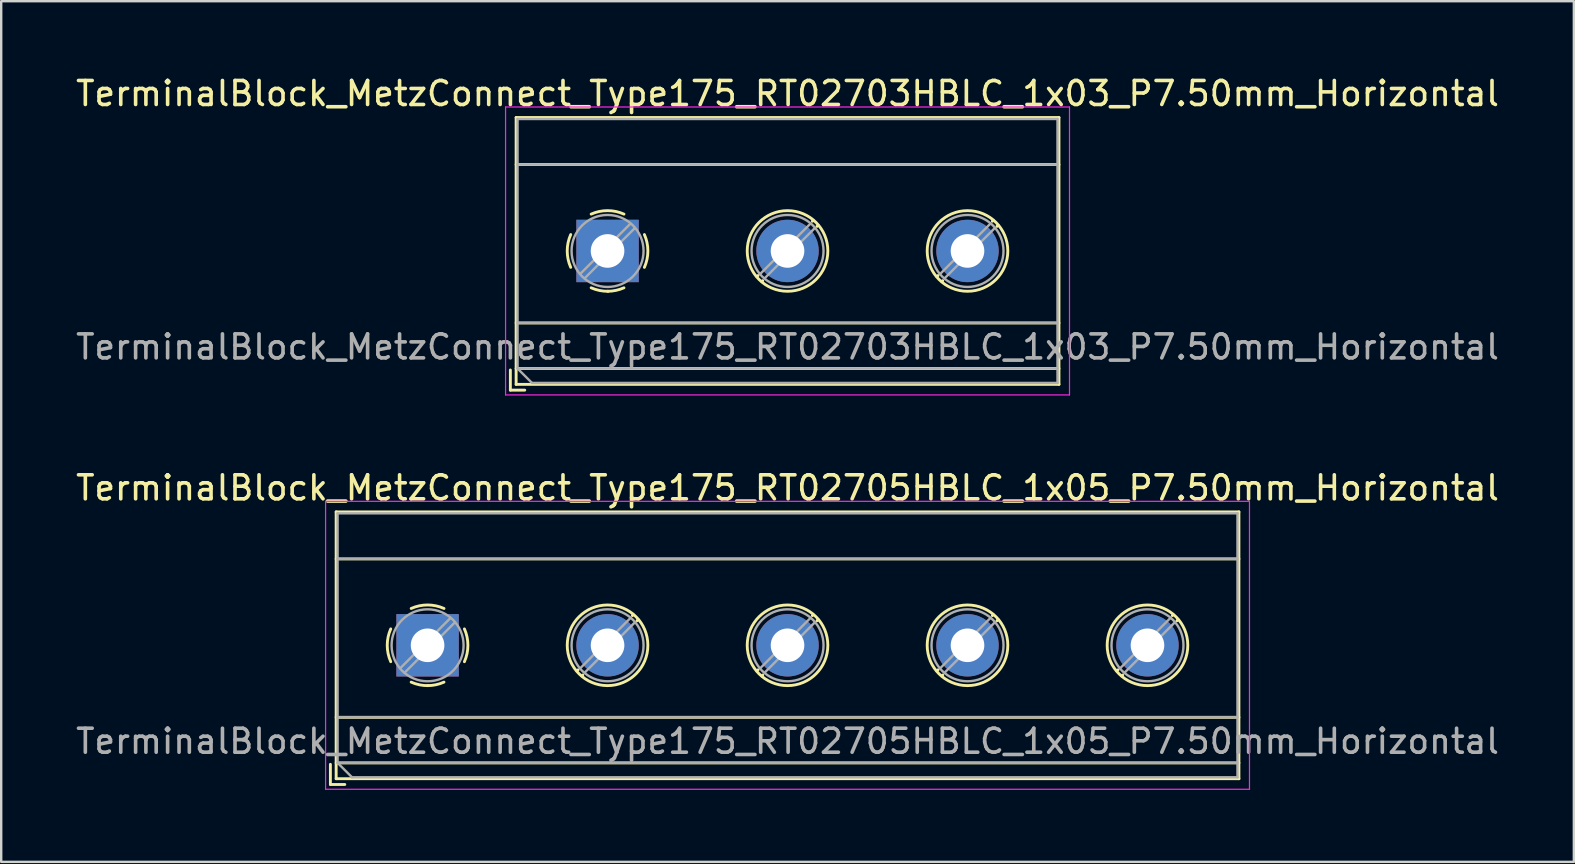
<source format=kicad_pcb>
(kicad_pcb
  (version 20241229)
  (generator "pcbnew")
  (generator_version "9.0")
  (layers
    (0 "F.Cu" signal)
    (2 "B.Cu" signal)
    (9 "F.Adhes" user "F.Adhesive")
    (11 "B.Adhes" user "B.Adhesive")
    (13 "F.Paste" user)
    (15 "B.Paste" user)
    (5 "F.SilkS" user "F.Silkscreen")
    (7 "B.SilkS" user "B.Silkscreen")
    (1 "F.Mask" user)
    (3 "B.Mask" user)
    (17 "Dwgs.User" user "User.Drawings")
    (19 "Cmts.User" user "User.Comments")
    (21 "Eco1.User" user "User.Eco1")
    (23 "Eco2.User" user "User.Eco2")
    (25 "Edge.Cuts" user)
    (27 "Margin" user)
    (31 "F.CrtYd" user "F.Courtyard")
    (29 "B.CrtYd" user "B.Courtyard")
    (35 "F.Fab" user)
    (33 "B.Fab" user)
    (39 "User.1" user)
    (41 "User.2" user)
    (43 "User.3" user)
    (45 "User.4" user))
  (footprint "TerminalBlock_MetzConnect_Type175_RT02703HBLC_1x03_P7.50mm_Horizontal"
    (layer "F.Cu")
    (at 22.268 7.408)
    (property "Reference" "TerminalBlock_MetzConnect_Type175_RT02703HBLC_1x03_P7.50mm_Horizontal" (at 7.5 -6.56 0) (layer "F.SilkS") (effects (font (size 1 1) (thickness 0.15))))
    (attr through_hole)
    (fp_line (start -4.05 4.96) (end -4.05 5.8) (stroke (width 0.12) (type solid)) (layer "F.SilkS"))
    (fp_line (start -4.05 5.8) (end -3.45 5.8) (stroke (width 0.12) (type solid)) (layer "F.SilkS"))
    (fp_line (start -3.81 -5.56) (end -3.81 5.56) (stroke (width 0.12) (type solid)) (layer "F.SilkS"))
    (fp_line (start -3.81 -5.56) (end 18.811 -5.56) (stroke (width 0.12) (type solid)) (layer "F.SilkS"))
    (fp_line (start -3.81 -3.6) (end 18.811 -3.6) (stroke (width 0.12) (type solid)) (layer "F.SilkS"))
    (fp_line (start -3.81 3) (end 18.811 3) (stroke (width 0.12) (type solid)) (layer "F.SilkS"))
    (fp_line (start -3.81 4.9) (end 18.811 4.9) (stroke (width 0.12) (type solid)) (layer "F.SilkS"))
    (fp_line (start -3.81 5.56) (end 18.811 5.56) (stroke (width 0.12) (type solid)) (layer "F.SilkS"))
    (fp_line (start 6.273 1.023) (end 6.226 1.069) (stroke (width 0.12) (type solid)) (layer "F.SilkS"))
    (fp_line (start 6.466 1.239) (end 6.431 1.274) (stroke (width 0.12) (type solid)) (layer "F.SilkS"))
    (fp_line (start 8.57 -1.275) (end 8.535 -1.239) (stroke (width 0.12) (type solid)) (layer "F.SilkS"))
    (fp_line (start 8.775 -1.069) (end 8.728 -1.023) (stroke (width 0.12) (type solid)) (layer "F.SilkS"))
    (fp_line (start 13.773 1.023) (end 13.726 1.069) (stroke (width 0.12) (type solid)) (layer "F.SilkS"))
    (fp_line (start 13.966 1.239) (end 13.931 1.274) (stroke (width 0.12) (type solid)) (layer "F.SilkS"))
    (fp_line (start 16.07 -1.275) (end 16.035 -1.239) (stroke (width 0.12) (type solid)) (layer "F.SilkS"))
    (fp_line (start 16.275 -1.069) (end 16.228 -1.023) (stroke (width 0.12) (type solid)) (layer "F.SilkS"))
    (fp_line (start 18.811 -5.56) (end 18.811 5.56) (stroke (width 0.12) (type solid)) (layer "F.SilkS"))
    (fp_arc (start -1.535427 0.683042) (mid -1.680501 -0.000524) (end -1.535 -0.684) (stroke (width 0.12) (type solid)) (layer "F.SilkS"))
    (fp_arc (start -0.683042 -1.535427) (mid 0.000524 -1.680501) (end 0.684 -1.535) (stroke (width 0.12) (type solid)) (layer "F.SilkS"))
    (fp_arc (start 0.028805 1.680253) (mid -0.335551 1.646659) (end -0.684 1.535) (stroke (width 0.12) (type solid)) (layer "F.SilkS"))
    (fp_arc (start 0.683318 1.534756) (mid 0.349292 1.643288) (end 0 1.68) (stroke (width 0.12) (type solid)) (layer "F.SilkS"))
    (fp_arc (start 1.535427 -0.683042) (mid 1.680501 0.000524) (end 1.535 0.684) (stroke (width 0.12) (type solid)) (layer "F.SilkS"))
    (fp_circle (center 7.5 0) (end 9.18 0) (stroke (width 0.12) (type solid)) (fill no) (layer "F.SilkS"))
    (fp_circle (center 15 0) (end 16.68 0) (stroke (width 0.12) (type solid)) (fill no) (layer "F.SilkS"))
    (fp_line (start -4.25 -6) (end -4.25 6) (stroke (width 0.05) (type solid)) (layer "F.CrtYd"))
    (fp_line (start -4.25 6) (end 19.25 6) (stroke (width 0.05) (type solid)) (layer "F.CrtYd"))
    (fp_line (start 19.25 -6) (end -4.25 -6) (stroke (width 0.05) (type solid)) (layer "F.CrtYd"))
    (fp_line (start 19.25 6) (end 19.25 -6) (stroke (width 0.05) (type solid)) (layer "F.CrtYd"))
    (fp_line (start -3.75 -5.5) (end 18.75 -5.5) (stroke (width 0.1) (type solid)) (layer "F.Fab"))
    (fp_line (start -3.75 -3.6) (end 18.75 -3.6) (stroke (width 0.1) (type solid)) (layer "F.Fab"))
    (fp_line (start -3.75 3) (end 18.75 3) (stroke (width 0.1) (type solid)) (layer "F.Fab"))
    (fp_line (start -3.75 4.9) (end -3.75 -5.5) (stroke (width 0.1) (type solid)) (layer "F.Fab"))
    (fp_line (start -3.75 4.9) (end 18.75 4.9) (stroke (width 0.1) (type solid)) (layer "F.Fab"))
    (fp_line (start -3.15 5.5) (end -3.75 4.9) (stroke (width 0.1) (type solid)) (layer "F.Fab"))
    (fp_line (start 0.955 -1.138) (end -1.138 0.955) (stroke (width 0.1) (type solid)) (layer "F.Fab"))
    (fp_line (start 1.138 -0.955) (end -0.955 1.138) (stroke (width 0.1) (type solid)) (layer "F.Fab"))
    (fp_line (start 8.455 -1.138) (end 6.363 0.955) (stroke (width 0.1) (type solid)) (layer "F.Fab"))
    (fp_line (start 8.638 -0.955) (end 6.546 1.138) (stroke (width 0.1) (type solid)) (layer "F.Fab"))
    (fp_line (start 15.955 -1.138) (end 13.863 0.955) (stroke (width 0.1) (type solid)) (layer "F.Fab"))
    (fp_line (start 16.138 -0.955) (end 14.046 1.138) (stroke (width 0.1) (type solid)) (layer "F.Fab"))
    (fp_line (start 18.75 -5.5) (end 18.75 5.5) (stroke (width 0.1) (type solid)) (layer "F.Fab"))
    (fp_line (start 18.75 5.5) (end -3.15 5.5) (stroke (width 0.1) (type solid)) (layer "F.Fab"))
    (fp_circle (center 0 0) (end 1.5 0) (stroke (width 0.1) (type solid)) (fill no) (layer "F.Fab"))
    (fp_circle (center 7.5 0) (end 9 0) (stroke (width 0.1) (type solid)) (fill no) (layer "F.Fab"))
    (fp_circle (center 15 0) (end 16.5 0) (stroke (width 0.1) (type solid)) (fill no) (layer "F.Fab"))
    (fp_text user "${REFERENCE}" (at 7.5 4 0) (layer "F.Fab") (effects (font (size 1 1) (thickness 0.15))))
    (pad "1" thru_hole rect (at 0 0) (size 2.6 2.6) (drill 1.4) (layers "*.Cu" "*.Mask"))
    (pad "2" thru_hole circle (at 7.5 0) (size 2.6 2.6) (drill 1.4) (layers "*.Cu" "*.Mask"))
    (pad "3" thru_hole circle (at 15 0) (size 2.6 2.6) (drill 1.4) (layers "*.Cu" "*.Mask")))
  (footprint "TerminalBlock_MetzConnect_Type175_RT02705HBLC_1x05_P7.50mm_Horizontal"
    (layer "F.Cu")
    (at 14.768 23.841)
    (property "Reference" "TerminalBlock_MetzConnect_Type175_RT02705HBLC_1x05_P7.50mm_Horizontal" (at 15 -6.56 0) (layer "F.SilkS") (effects (font (size 1 1) (thickness 0.15))))
    (attr through_hole)
    (fp_line (start -4.05 4.96) (end -4.05 5.8) (stroke (width 0.12) (type solid)) (layer "F.SilkS"))
    (fp_line (start -4.05 5.8) (end -3.45 5.8) (stroke (width 0.12) (type solid)) (layer "F.SilkS"))
    (fp_line (start -3.81 -5.56) (end -3.81 5.56) (stroke (width 0.12) (type solid)) (layer "F.SilkS"))
    (fp_line (start -3.81 -5.56) (end 33.81 -5.56) (stroke (width 0.12) (type solid)) (layer "F.SilkS"))
    (fp_line (start -3.81 -3.6) (end 33.81 -3.6) (stroke (width 0.12) (type solid)) (layer "F.SilkS"))
    (fp_line (start -3.81 3) (end 33.81 3) (stroke (width 0.12) (type solid)) (layer "F.SilkS"))
    (fp_line (start -3.81 4.9) (end 33.81 4.9) (stroke (width 0.12) (type solid)) (layer "F.SilkS"))
    (fp_line (start -3.81 5.56) (end 33.81 5.56) (stroke (width 0.12) (type solid)) (layer "F.SilkS"))
    (fp_line (start 6.273 1.023) (end 6.226 1.069) (stroke (width 0.12) (type solid)) (layer "F.SilkS"))
    (fp_line (start 6.466 1.239) (end 6.431 1.274) (stroke (width 0.12) (type solid)) (layer "F.SilkS"))
    (fp_line (start 8.57 -1.275) (end 8.535 -1.239) (stroke (width 0.12) (type solid)) (layer "F.SilkS"))
    (fp_line (start 8.775 -1.069) (end 8.728 -1.023) (stroke (width 0.12) (type solid)) (layer "F.SilkS"))
    (fp_line (start 13.773 1.023) (end 13.726 1.069) (stroke (width 0.12) (type solid)) (layer "F.SilkS"))
    (fp_line (start 13.966 1.239) (end 13.931 1.274) (stroke (width 0.12) (type solid)) (layer "F.SilkS"))
    (fp_line (start 16.07 -1.275) (end 16.035 -1.239) (stroke (width 0.12) (type solid)) (layer "F.SilkS"))
    (fp_line (start 16.275 -1.069) (end 16.228 -1.023) (stroke (width 0.12) (type solid)) (layer "F.SilkS"))
    (fp_line (start 21.273 1.023) (end 21.226 1.069) (stroke (width 0.12) (type solid)) (layer "F.SilkS"))
    (fp_line (start 21.466 1.239) (end 21.431 1.274) (stroke (width 0.12) (type solid)) (layer "F.SilkS"))
    (fp_line (start 23.57 -1.275) (end 23.535 -1.239) (stroke (width 0.12) (type solid)) (layer "F.SilkS"))
    (fp_line (start 23.775 -1.069) (end 23.728 -1.023) (stroke (width 0.12) (type solid)) (layer "F.SilkS"))
    (fp_line (start 28.773 1.023) (end 28.726 1.069) (stroke (width 0.12) (type solid)) (layer "F.SilkS"))
    (fp_line (start 28.966 1.239) (end 28.931 1.274) (stroke (width 0.12) (type solid)) (layer "F.SilkS"))
    (fp_line (start 31.07 -1.275) (end 31.035 -1.239) (stroke (width 0.12) (type solid)) (layer "F.SilkS"))
    (fp_line (start 31.275 -1.069) (end 31.228 -1.023) (stroke (width 0.12) (type solid)) (layer "F.SilkS"))
    (fp_line (start 33.81 -5.56) (end 33.81 5.56) (stroke (width 0.12) (type solid)) (layer "F.SilkS"))
    (fp_arc (start -1.535427 0.683042) (mid -1.680501 -0.000524) (end -1.535 -0.684) (stroke (width 0.12) (type solid)) (layer "F.SilkS"))
    (fp_arc (start -0.683042 -1.535427) (mid 0.000524 -1.680501) (end 0.684 -1.535) (stroke (width 0.12) (type solid)) (layer "F.SilkS"))
    (fp_arc (start 0.028805 1.680253) (mid -0.335551 1.646659) (end -0.684 1.535) (stroke (width 0.12) (type solid)) (layer "F.SilkS"))
    (fp_arc (start 0.683318 1.534756) (mid 0.349292 1.643288) (end 0 1.68) (stroke (width 0.12) (type solid)) (layer "F.SilkS"))
    (fp_arc (start 1.535427 -0.683042) (mid 1.680501 0.000524) (end 1.535 0.684) (stroke (width 0.12) (type solid)) (layer "F.SilkS"))
    (fp_circle (center 7.5 0) (end 9.18 0) (stroke (width 0.12) (type solid)) (fill no) (layer "F.SilkS"))
    (fp_circle (center 15 0) (end 16.68 0) (stroke (width 0.12) (type solid)) (fill no) (layer "F.SilkS"))
    (fp_circle (center 22.5 0) (end 24.18 0) (stroke (width 0.12) (type solid)) (fill no) (layer "F.SilkS"))
    (fp_circle (center 30 0) (end 31.68 0) (stroke (width 0.12) (type solid)) (fill no) (layer "F.SilkS"))
    (fp_line (start -4.25 -6) (end -4.25 6) (stroke (width 0.05) (type solid)) (layer "F.CrtYd"))
    (fp_line (start -4.25 6) (end 34.25 6) (stroke (width 0.05) (type solid)) (layer "F.CrtYd"))
    (fp_line (start 34.25 -6) (end -4.25 -6) (stroke (width 0.05) (type solid)) (layer "F.CrtYd"))
    (fp_line (start 34.25 6) (end 34.25 -6) (stroke (width 0.05) (type solid)) (layer "F.CrtYd"))
    (fp_line (start -3.75 -5.5) (end 33.75 -5.5) (stroke (width 0.1) (type solid)) (layer "F.Fab"))
    (fp_line (start -3.75 -3.6) (end 33.75 -3.6) (stroke (width 0.1) (type solid)) (layer "F.Fab"))
    (fp_line (start -3.75 3) (end 33.75 3) (stroke (width 0.1) (type solid)) (layer "F.Fab"))
    (fp_line (start -3.75 4.9) (end -3.75 -5.5) (stroke (width 0.1) (type solid)) (layer "F.Fab"))
    (fp_line (start -3.75 4.9) (end 33.75 4.9) (stroke (width 0.1) (type solid)) (layer "F.Fab"))
    (fp_line (start -3.15 5.5) (end -3.75 4.9) (stroke (width 0.1) (type solid)) (layer "F.Fab"))
    (fp_line (start 0.955 -1.138) (end -1.138 0.955) (stroke (width 0.1) (type solid)) (layer "F.Fab"))
    (fp_line (start 1.138 -0.955) (end -0.955 1.138) (stroke (width 0.1) (type solid)) (layer "F.Fab"))
    (fp_line (start 8.455 -1.138) (end 6.363 0.955) (stroke (width 0.1) (type solid)) (layer "F.Fab"))
    (fp_line (start 8.638 -0.955) (end 6.546 1.138) (stroke (width 0.1) (type solid)) (layer "F.Fab"))
    (fp_line (start 15.955 -1.138) (end 13.863 0.955) (stroke (width 0.1) (type solid)) (layer "F.Fab"))
    (fp_line (start 16.138 -0.955) (end 14.046 1.138) (stroke (width 0.1) (type solid)) (layer "F.Fab"))
    (fp_line (start 23.455 -1.138) (end 21.363 0.955) (stroke (width 0.1) (type solid)) (layer "F.Fab"))
    (fp_line (start 23.638 -0.955) (end 21.546 1.138) (stroke (width 0.1) (type solid)) (layer "F.Fab"))
    (fp_line (start 30.955 -1.138) (end 28.863 0.955) (stroke (width 0.1) (type solid)) (layer "F.Fab"))
    (fp_line (start 31.138 -0.955) (end 29.046 1.138) (stroke (width 0.1) (type solid)) (layer "F.Fab"))
    (fp_line (start 33.75 -5.5) (end 33.75 5.5) (stroke (width 0.1) (type solid)) (layer "F.Fab"))
    (fp_line (start 33.75 5.5) (end -3.15 5.5) (stroke (width 0.1) (type solid)) (layer "F.Fab"))
    (fp_circle (center 0 0) (end 1.5 0) (stroke (width 0.1) (type solid)) (fill no) (layer "F.Fab"))
    (fp_circle (center 7.5 0) (end 9 0) (stroke (width 0.1) (type solid)) (fill no) (layer "F.Fab"))
    (fp_circle (center 15 0) (end 16.5 0) (stroke (width 0.1) (type solid)) (fill no) (layer "F.Fab"))
    (fp_circle (center 22.5 0) (end 24 0) (stroke (width 0.1) (type solid)) (fill no) (layer "F.Fab"))
    (fp_circle (center 30 0) (end 31.5 0) (stroke (width 0.1) (type solid)) (fill no) (layer "F.Fab"))
    (fp_text user "${REFERENCE}" (at 15 4 0) (layer "F.Fab") (effects (font (size 1 1) (thickness 0.15))))
    (pad "1" thru_hole rect (at 0 0) (size 2.6 2.6) (drill 1.4) (layers "*.Cu" "*.Mask"))
    (pad "2" thru_hole circle (at 7.5 0) (size 2.6 2.6) (drill 1.4) (layers "*.Cu" "*.Mask"))
    (pad "3" thru_hole circle (at 15 0) (size 2.6 2.6) (drill 1.4) (layers "*.Cu" "*.Mask"))
    (pad "4" thru_hole circle (at 22.5 0) (size 2.6 2.6) (drill 1.4) (layers "*.Cu" "*.Mask"))
    (pad "5" thru_hole circle (at 30 0) (size 2.6 2.6) (drill 1.4) (layers "*.Cu" "*.Mask")))
  (gr_rect
    (start -3 -3)
    (end 62.536 32.867)
    (stroke (width 0.1) (type default))
    (fill no)
    (layer "Edge.Cuts")))
</source>
